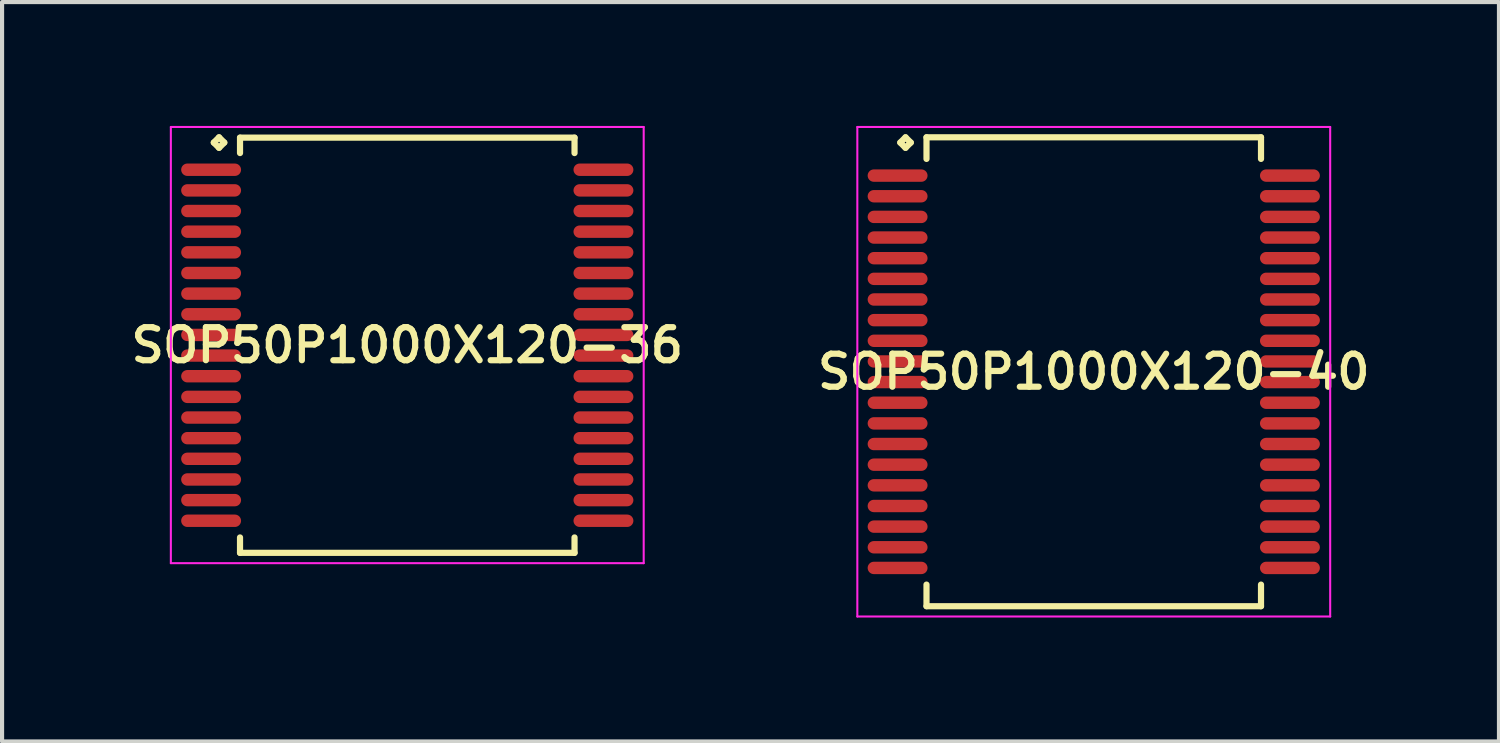
<source format=kicad_pcb>
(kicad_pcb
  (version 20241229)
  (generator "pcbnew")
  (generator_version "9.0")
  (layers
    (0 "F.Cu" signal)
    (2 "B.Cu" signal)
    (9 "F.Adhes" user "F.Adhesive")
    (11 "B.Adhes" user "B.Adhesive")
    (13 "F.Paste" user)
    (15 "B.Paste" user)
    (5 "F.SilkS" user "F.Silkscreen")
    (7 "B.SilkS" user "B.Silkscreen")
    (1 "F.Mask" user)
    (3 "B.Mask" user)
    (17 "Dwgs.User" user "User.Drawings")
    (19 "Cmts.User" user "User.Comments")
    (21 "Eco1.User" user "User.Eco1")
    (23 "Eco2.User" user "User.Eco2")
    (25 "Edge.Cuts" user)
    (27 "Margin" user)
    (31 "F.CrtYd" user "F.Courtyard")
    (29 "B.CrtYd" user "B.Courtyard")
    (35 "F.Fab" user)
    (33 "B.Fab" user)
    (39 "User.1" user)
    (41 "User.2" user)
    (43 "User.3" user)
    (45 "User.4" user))
  (footprint "SOP50P1000X120-36"
    (layer "F.Cu")
    (at 6.812 5.31)
    (property "Reference" "SOP50P1000X120-36" (at 0 0 0) (layer "F.SilkS") (effects (font (size 0.8 0.8) (thickness 0.15))))
    (attr smd)
    (fp_line (start -4.685 -4.908) (end -4.558 -5.035) (stroke (width 0.15) (type solid)) (layer "F.SilkS"))
    (fp_line (start -4.558 -5.035) (end -4.431 -4.908) (stroke (width 0.15) (type solid)) (layer "F.SilkS"))
    (fp_line (start -4.558 -4.781) (end -4.685 -4.908) (stroke (width 0.15) (type solid)) (layer "F.SilkS"))
    (fp_line (start -4.431 -4.908) (end -4.558 -4.781) (stroke (width 0.15) (type solid)) (layer "F.SilkS"))
    (fp_line (start -4.05 -5.027) (end 4.05 -5.027) (stroke (width 0.15) (type solid)) (layer "F.SilkS"))
    (fp_line (start -4.05 -4.654) (end -4.05 -5.027) (stroke (width 0.15) (type solid)) (layer "F.SilkS"))
    (fp_line (start -4.05 4.654) (end -4.05 5.027) (stroke (width 0.15) (type solid)) (layer "F.SilkS"))
    (fp_line (start -4.05 5.027) (end 4.05 5.027) (stroke (width 0.15) (type solid)) (layer "F.SilkS"))
    (fp_line (start 4.05 -5.027) (end 4.05 -4.654) (stroke (width 0.15) (type solid)) (layer "F.SilkS"))
    (fp_line (start 4.05 5.027) (end 4.05 4.654) (stroke (width 0.15) (type solid)) (layer "F.SilkS"))
    (fp_line (start -5.725 -5.285) (end 5.725 -5.285) (stroke (width 0.05) (type solid)) (layer "F.CrtYd"))
    (fp_line (start -5.725 5.277) (end -5.725 -5.285) (stroke (width 0.05) (type solid)) (layer "F.CrtYd"))
    (fp_line (start 5.725 -5.285) (end 5.725 5.277) (stroke (width 0.05) (type solid)) (layer "F.CrtYd"))
    (fp_line (start 5.725 5.277) (end -5.725 5.277) (stroke (width 0.05) (type solid)) (layer "F.CrtYd"))
    (pad "1" smd oval (at -4.75 -4.25) (size 1.45 0.3) (layers "F.Cu" "F.Mask" "F.Paste"))
    (pad "2" smd oval (at -4.75 -3.75) (size 1.45 0.3) (layers "F.Cu" "F.Mask" "F.Paste"))
    (pad "3" smd oval (at -4.75 -3.25) (size 1.45 0.3) (layers "F.Cu" "F.Mask" "F.Paste"))
    (pad "4" smd oval (at -4.75 -2.75) (size 1.45 0.3) (layers "F.Cu" "F.Mask" "F.Paste"))
    (pad "5" smd oval (at -4.75 -2.25) (size 1.45 0.3) (layers "F.Cu" "F.Mask" "F.Paste"))
    (pad "6" smd oval (at -4.75 -1.75) (size 1.45 0.3) (layers "F.Cu" "F.Mask" "F.Paste"))
    (pad "7" smd oval (at -4.75 -1.25) (size 1.45 0.3) (layers "F.Cu" "F.Mask" "F.Paste"))
    (pad "8" smd oval (at -4.75 -0.75) (size 1.45 0.3) (layers "F.Cu" "F.Mask" "F.Paste"))
    (pad "9" smd oval (at -4.75 -0.25) (size 1.45 0.3) (layers "F.Cu" "F.Mask" "F.Paste"))
    (pad "10" smd oval (at -4.75 0.25) (size 1.45 0.3) (layers "F.Cu" "F.Mask" "F.Paste"))
    (pad "11" smd oval (at -4.75 0.75) (size 1.45 0.3) (layers "F.Cu" "F.Mask" "F.Paste"))
    (pad "12" smd oval (at -4.75 1.25) (size 1.45 0.3) (layers "F.Cu" "F.Mask" "F.Paste"))
    (pad "13" smd oval (at -4.75 1.75) (size 1.45 0.3) (layers "F.Cu" "F.Mask" "F.Paste"))
    (pad "14" smd oval (at -4.75 2.25) (size 1.45 0.3) (layers "F.Cu" "F.Mask" "F.Paste"))
    (pad "15" smd oval (at -4.75 2.75) (size 1.45 0.3) (layers "F.Cu" "F.Mask" "F.Paste"))
    (pad "16" smd oval (at -4.75 3.25) (size 1.45 0.3) (layers "F.Cu" "F.Mask" "F.Paste"))
    (pad "17" smd oval (at -4.75 3.75) (size 1.45 0.3) (layers "F.Cu" "F.Mask" "F.Paste"))
    (pad "18" smd oval (at -4.75 4.25) (size 1.45 0.3) (layers "F.Cu" "F.Mask" "F.Paste"))
    (pad "19" smd oval (at 4.75 4.25) (size 1.45 0.3) (layers "F.Cu" "F.Mask" "F.Paste"))
    (pad "20" smd oval (at 4.75 3.75) (size 1.45 0.3) (layers "F.Cu" "F.Mask" "F.Paste"))
    (pad "21" smd oval (at 4.75 3.25) (size 1.45 0.3) (layers "F.Cu" "F.Mask" "F.Paste"))
    (pad "22" smd oval (at 4.75 2.75) (size 1.45 0.3) (layers "F.Cu" "F.Mask" "F.Paste"))
    (pad "23" smd oval (at 4.75 2.25) (size 1.45 0.3) (layers "F.Cu" "F.Mask" "F.Paste"))
    (pad "24" smd oval (at 4.75 1.75) (size 1.45 0.3) (layers "F.Cu" "F.Mask" "F.Paste"))
    (pad "25" smd oval (at 4.75 1.25) (size 1.45 0.3) (layers "F.Cu" "F.Mask" "F.Paste"))
    (pad "26" smd oval (at 4.75 0.75) (size 1.45 0.3) (layers "F.Cu" "F.Mask" "F.Paste"))
    (pad "27" smd oval (at 4.75 0.25) (size 1.45 0.3) (layers "F.Cu" "F.Mask" "F.Paste"))
    (pad "28" smd oval (at 4.75 -0.25) (size 1.45 0.3) (layers "F.Cu" "F.Mask" "F.Paste"))
    (pad "29" smd oval (at 4.75 -0.75) (size 1.45 0.3) (layers "F.Cu" "F.Mask" "F.Paste"))
    (pad "30" smd oval (at 4.75 -1.25) (size 1.45 0.3) (layers "F.Cu" "F.Mask" "F.Paste"))
    (pad "31" smd oval (at 4.75 -1.75) (size 1.45 0.3) (layers "F.Cu" "F.Mask" "F.Paste"))
    (pad "32" smd oval (at 4.75 -2.25) (size 1.45 0.3) (layers "F.Cu" "F.Mask" "F.Paste"))
    (pad "33" smd oval (at 4.75 -2.75) (size 1.45 0.3) (layers "F.Cu" "F.Mask" "F.Paste"))
    (pad "34" smd oval (at 4.75 -3.25) (size 1.45 0.3) (layers "F.Cu" "F.Mask" "F.Paste"))
    (pad "35" smd oval (at 4.75 -3.75) (size 1.45 0.3) (layers "F.Cu" "F.Mask" "F.Paste"))
    (pad "36" smd oval (at 4.75 -4.25) (size 1.45 0.3) (layers "F.Cu" "F.Mask" "F.Paste")))
  (footprint "SOP50P1000X120-40"
    (layer "F.Cu")
    (at 23.435 5.952)
    (property "Reference" "SOP50P1000X120-40" (at 0 0 0) (layer "F.SilkS") (effects (font (size 0.8 0.8) (thickness 0.15))))
    (attr smd)
    (fp_line (start -4.685 -5.55) (end -4.558 -5.677) (stroke (width 0.15) (type solid)) (layer "F.SilkS"))
    (fp_line (start -4.558 -5.677) (end -4.431 -5.55) (stroke (width 0.15) (type solid)) (layer "F.SilkS"))
    (fp_line (start -4.558 -5.423) (end -4.685 -5.55) (stroke (width 0.15) (type solid)) (layer "F.SilkS"))
    (fp_line (start -4.431 -5.55) (end -4.558 -5.423) (stroke (width 0.15) (type solid)) (layer "F.SilkS"))
    (fp_line (start -4.05 -5.677) (end 4.05 -5.677) (stroke (width 0.15) (type solid)) (layer "F.SilkS"))
    (fp_line (start -4.05 -5.154) (end -4.05 -5.677) (stroke (width 0.15) (type solid)) (layer "F.SilkS"))
    (fp_line (start -4.05 5.154) (end -4.05 5.677) (stroke (width 0.15) (type solid)) (layer "F.SilkS"))
    (fp_line (start -4.05 5.677) (end 4.05 5.677) (stroke (width 0.15) (type solid)) (layer "F.SilkS"))
    (fp_line (start 4.05 -5.677) (end 4.05 -5.154) (stroke (width 0.15) (type solid)) (layer "F.SilkS"))
    (fp_line (start 4.05 5.677) (end 4.05 5.154) (stroke (width 0.15) (type solid)) (layer "F.SilkS"))
    (fp_line (start -5.725 -5.927) (end 5.725 -5.927) (stroke (width 0.05) (type solid)) (layer "F.CrtYd"))
    (fp_line (start -5.725 5.927) (end -5.725 -5.927) (stroke (width 0.05) (type solid)) (layer "F.CrtYd"))
    (fp_line (start 5.725 -5.927) (end 5.725 5.927) (stroke (width 0.05) (type solid)) (layer "F.CrtYd"))
    (fp_line (start 5.725 5.927) (end -5.725 5.927) (stroke (width 0.05) (type solid)) (layer "F.CrtYd"))
    (pad "1" smd oval (at -4.75 -4.75) (size 1.45 0.3) (layers "F.Cu" "F.Mask" "F.Paste"))
    (pad "2" smd oval (at -4.75 -4.25) (size 1.45 0.3) (layers "F.Cu" "F.Mask" "F.Paste"))
    (pad "3" smd oval (at -4.75 -3.75) (size 1.45 0.3) (layers "F.Cu" "F.Mask" "F.Paste"))
    (pad "4" smd oval (at -4.75 -3.25) (size 1.45 0.3) (layers "F.Cu" "F.Mask" "F.Paste"))
    (pad "5" smd oval (at -4.75 -2.75) (size 1.45 0.3) (layers "F.Cu" "F.Mask" "F.Paste"))
    (pad "6" smd oval (at -4.75 -2.25) (size 1.45 0.3) (layers "F.Cu" "F.Mask" "F.Paste"))
    (pad "7" smd oval (at -4.75 -1.75) (size 1.45 0.3) (layers "F.Cu" "F.Mask" "F.Paste"))
    (pad "8" smd oval (at -4.75 -1.25) (size 1.45 0.3) (layers "F.Cu" "F.Mask" "F.Paste"))
    (pad "9" smd oval (at -4.75 -0.75) (size 1.45 0.3) (layers "F.Cu" "F.Mask" "F.Paste"))
    (pad "10" smd oval (at -4.75 -0.25) (size 1.45 0.3) (layers "F.Cu" "F.Mask" "F.Paste"))
    (pad "11" smd oval (at -4.75 0.25) (size 1.45 0.3) (layers "F.Cu" "F.Mask" "F.Paste"))
    (pad "12" smd oval (at -4.75 0.75) (size 1.45 0.3) (layers "F.Cu" "F.Mask" "F.Paste"))
    (pad "13" smd oval (at -4.75 1.25) (size 1.45 0.3) (layers "F.Cu" "F.Mask" "F.Paste"))
    (pad "14" smd oval (at -4.75 1.75) (size 1.45 0.3) (layers "F.Cu" "F.Mask" "F.Paste"))
    (pad "15" smd oval (at -4.75 2.25) (size 1.45 0.3) (layers "F.Cu" "F.Mask" "F.Paste"))
    (pad "16" smd oval (at -4.75 2.75) (size 1.45 0.3) (layers "F.Cu" "F.Mask" "F.Paste"))
    (pad "17" smd oval (at -4.75 3.25) (size 1.45 0.3) (layers "F.Cu" "F.Mask" "F.Paste"))
    (pad "18" smd oval (at -4.75 3.75) (size 1.45 0.3) (layers "F.Cu" "F.Mask" "F.Paste"))
    (pad "19" smd oval (at -4.75 4.25) (size 1.45 0.3) (layers "F.Cu" "F.Mask" "F.Paste"))
    (pad "20" smd oval (at -4.75 4.75) (size 1.45 0.3) (layers "F.Cu" "F.Mask" "F.Paste"))
    (pad "21" smd oval (at 4.75 4.75) (size 1.45 0.3) (layers "F.Cu" "F.Mask" "F.Paste"))
    (pad "22" smd oval (at 4.75 4.25) (size 1.45 0.3) (layers "F.Cu" "F.Mask" "F.Paste"))
    (pad "23" smd oval (at 4.75 3.75) (size 1.45 0.3) (layers "F.Cu" "F.Mask" "F.Paste"))
    (pad "24" smd oval (at 4.75 3.25) (size 1.45 0.3) (layers "F.Cu" "F.Mask" "F.Paste"))
    (pad "25" smd oval (at 4.75 2.75) (size 1.45 0.3) (layers "F.Cu" "F.Mask" "F.Paste"))
    (pad "26" smd oval (at 4.75 2.25) (size 1.45 0.3) (layers "F.Cu" "F.Mask" "F.Paste"))
    (pad "27" smd oval (at 4.75 1.75) (size 1.45 0.3) (layers "F.Cu" "F.Mask" "F.Paste"))
    (pad "28" smd oval (at 4.75 1.25) (size 1.45 0.3) (layers "F.Cu" "F.Mask" "F.Paste"))
    (pad "29" smd oval (at 4.75 0.75) (size 1.45 0.3) (layers "F.Cu" "F.Mask" "F.Paste"))
    (pad "30" smd oval (at 4.75 0.25) (size 1.45 0.3) (layers "F.Cu" "F.Mask" "F.Paste"))
    (pad "31" smd oval (at 4.75 -0.25) (size 1.45 0.3) (layers "F.Cu" "F.Mask" "F.Paste"))
    (pad "32" smd oval (at 4.75 -0.75) (size 1.45 0.3) (layers "F.Cu" "F.Mask" "F.Paste"))
    (pad "33" smd oval (at 4.75 -1.25) (size 1.45 0.3) (layers "F.Cu" "F.Mask" "F.Paste"))
    (pad "34" smd oval (at 4.75 -1.75) (size 1.45 0.3) (layers "F.Cu" "F.Mask" "F.Paste"))
    (pad "35" smd oval (at 4.75 -2.25) (size 1.45 0.3) (layers "F.Cu" "F.Mask" "F.Paste"))
    (pad "36" smd oval (at 4.75 -2.75) (size 1.45 0.3) (layers "F.Cu" "F.Mask" "F.Paste"))
    (pad "37" smd oval (at 4.75 -3.25) (size 1.45 0.3) (layers "F.Cu" "F.Mask" "F.Paste"))
    (pad "38" smd oval (at 4.75 -3.75) (size 1.45 0.3) (layers "F.Cu" "F.Mask" "F.Paste"))
    (pad "39" smd oval (at 4.75 -4.25) (size 1.45 0.3) (layers "F.Cu" "F.Mask" "F.Paste"))
    (pad "40" smd oval (at 4.75 -4.75) (size 1.45 0.3) (layers "F.Cu" "F.Mask" "F.Paste")))
  (gr_rect
    (start -3 -3)
    (end 33.247 14.904)
    (stroke (width 0.1) (type default))
    (fill no)
    (layer "Edge.Cuts")))
</source>
